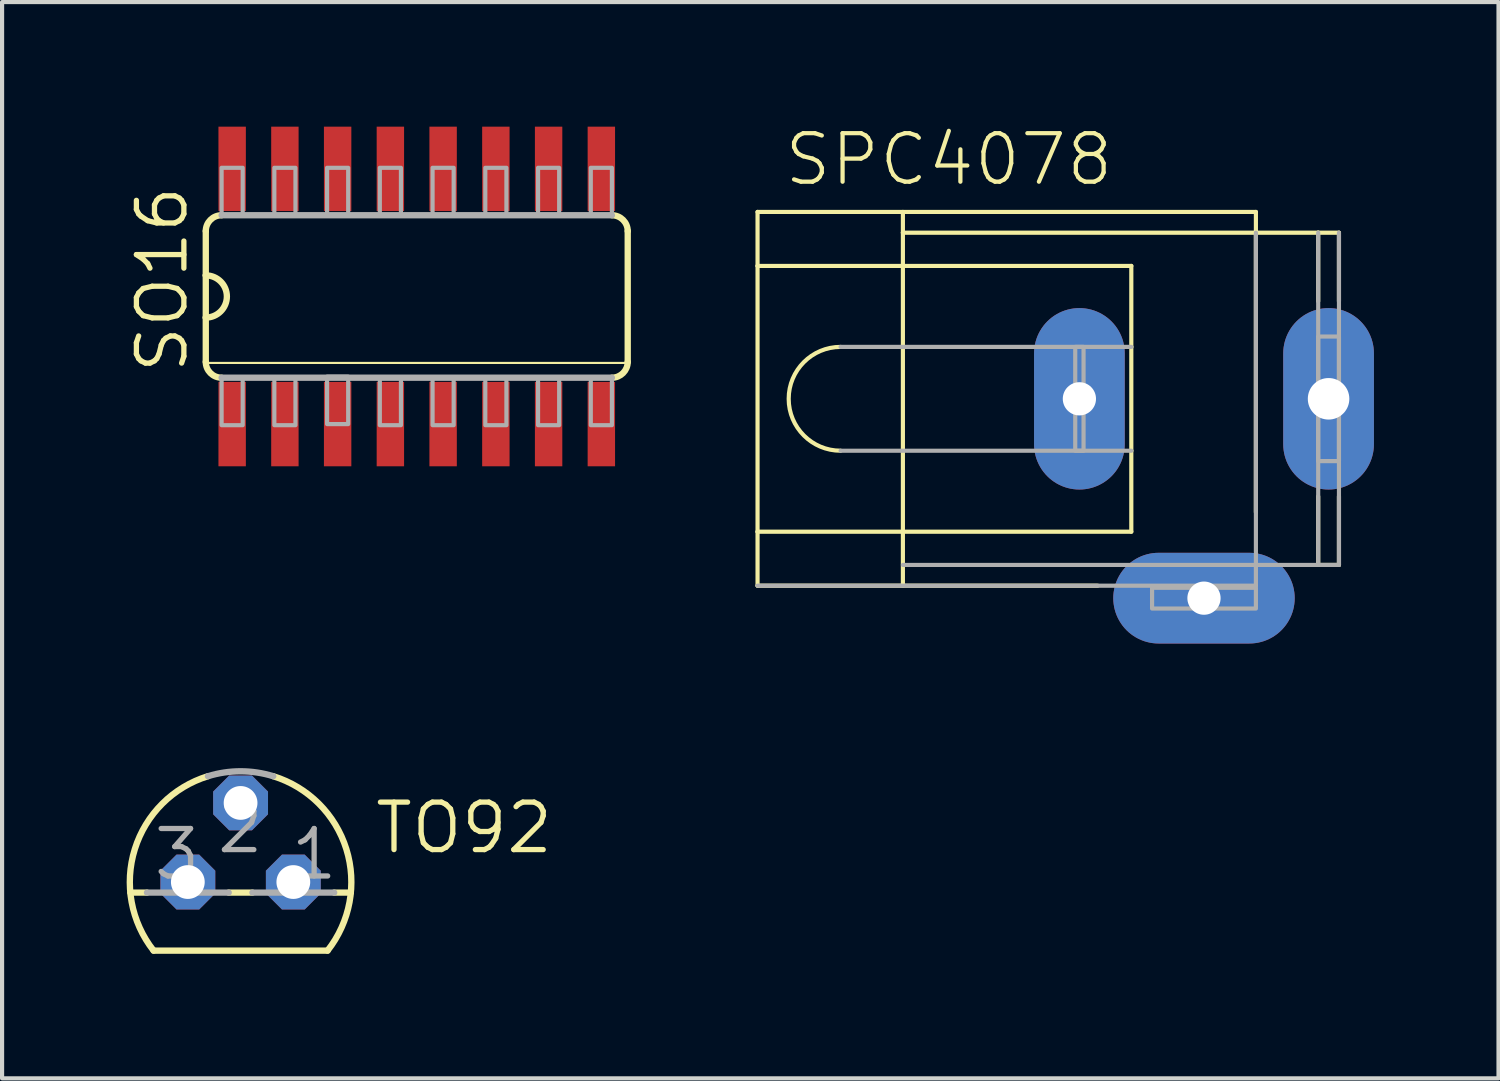
<source format=kicad_pcb>
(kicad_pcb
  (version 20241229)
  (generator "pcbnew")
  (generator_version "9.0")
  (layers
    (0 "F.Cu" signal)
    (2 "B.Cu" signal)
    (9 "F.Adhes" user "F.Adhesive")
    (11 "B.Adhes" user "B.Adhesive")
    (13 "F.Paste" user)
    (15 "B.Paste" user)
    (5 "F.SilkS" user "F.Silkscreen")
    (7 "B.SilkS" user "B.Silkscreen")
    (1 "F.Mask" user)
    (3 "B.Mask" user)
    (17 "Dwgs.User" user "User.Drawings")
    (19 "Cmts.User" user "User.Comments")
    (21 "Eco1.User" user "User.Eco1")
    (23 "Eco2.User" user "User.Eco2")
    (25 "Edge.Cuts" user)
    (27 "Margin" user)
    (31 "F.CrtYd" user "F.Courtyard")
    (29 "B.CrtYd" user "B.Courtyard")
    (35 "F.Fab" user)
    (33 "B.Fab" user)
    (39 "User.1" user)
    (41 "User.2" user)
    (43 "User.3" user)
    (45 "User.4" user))
  (footprint "TO92"
    (layer "F.Cu")
    (at 2.743 18.189)
    (property "Reference" "TO92" (at 3.175 -0.635 0) (unlocked yes) (layer "F.SilkS") (effects (font (size 1.143 1.143) (thickness 0.127)) (justify left bottom)))
    (fp_line (start -2.655 0.254) (end -2.254 0.254) (stroke (width 0.152) (type solid)) (layer "F.SilkS"))
    (fp_line (start -2.095 1.651) (end 2.095 1.651) (stroke (width 0.152) (type solid)) (layer "F.SilkS"))
    (fp_line (start -0.286 0.254) (end 0.286 0.254) (stroke (width 0.152) (type solid)) (layer "F.SilkS"))
    (fp_line (start 2.254 0.254) (end 2.655 0.254) (stroke (width 0.152) (type solid)) (layer "F.SilkS"))
    (fp_arc (start -2.0946 1.651) (mid -2.54634 -0.793276) (end -0.7863 -2.5485) (stroke (width 0.1524) (type solid)) (layer "F.SilkS"))
    (fp_arc (start 0.7868 -2.5484) (mid 2.546775 -0.793203) (end 2.094999 1.651) (stroke (width 0.1524) (type solid)) (layer "F.SilkS"))
    (fp_line (start -2.254 0.254) (end -0.286 0.254) (stroke (width 0.152) (type solid)) (layer "F.Fab"))
    (fp_line (start 0.286 0.254) (end 2.254 0.254) (stroke (width 0.152) (type solid)) (layer "F.Fab"))
    (fp_arc (start -0.7863 -2.5485) (mid 0 -2.667043) (end 0.7863 -2.5485) (stroke (width 0.1524) (type solid)) (layer "F.Fab"))
    (fp_text user "2" (at -0.635 -0.635 0) (layer "F.Fab") (effects (font (size 1.143 1.143) (thickness 0.127)) (justify left bottom)))
    (fp_text user "1" (at 1.143 0 0) (layer "F.Fab") (effects (font (size 1.143 1.143) (thickness 0.127)) (justify left bottom)))
    (fp_text user "3" (at -2.159 0 0) (layer "F.Fab") (effects (font (size 1.143 1.143) (thickness 0.127)) (justify left bottom)))
    (pad "1" thru_hole roundrect (at 1.27 0) (size 1.321 1.321) (drill 0.813) (layers "*.Cu" "*.Mask") (roundrect_rratio 0.25) (chamfer_ratio 0.293) (chamfer top_left top_right bottom_left bottom_right))
    (pad "2" thru_hole roundrect (at 0 -1.905) (size 1.321 1.321) (drill 0.813) (layers "*.Cu" "*.Mask") (roundrect_rratio 0.25) (chamfer_ratio 0.293) (chamfer top_left top_right bottom_left bottom_right))
    (pad "3" thru_hole roundrect (at -1.27 0) (size 1.321 1.321) (drill 0.813) (layers "*.Cu" "*.Mask") (roundrect_rratio 0.25) (chamfer_ratio 0.293) (chamfer top_left top_right bottom_left bottom_right)))
  (footprint "SPC4078"
    (layer "F.Cu")
    (at 25.941 6.553)
    (property "Reference" "SPC4078" (at -10.16 -5.08 0) (unlocked yes) (layer "F.SilkS") (effects (font (size 1.168 1.168) (thickness 0.102)) (justify left bottom)))
    (fp_line (start -10.75 -4.5) (end 1.25 -4.5) (stroke (width 0.1) (type solid)) (layer "F.SilkS"))
    (fp_line (start -10.75 -3.2) (end -10.75 -4.5) (stroke (width 0.1) (type solid)) (layer "F.SilkS"))
    (fp_line (start -10.75 -3.2) (end -1.75 -3.2) (stroke (width 0.1) (type solid)) (layer "F.SilkS"))
    (fp_line (start -10.75 3.2) (end -10.75 -3.2) (stroke (width 0.1) (type solid)) (layer "F.SilkS"))
    (fp_line (start -10.75 3.2) (end -1.75 3.2) (stroke (width 0.1) (type solid)) (layer "F.SilkS"))
    (fp_line (start -10.75 4.5) (end -10.75 3.2) (stroke (width 0.1) (type solid)) (layer "F.SilkS"))
    (fp_line (start -10.75 4.5) (end -2.56 4.5) (stroke (width 0.1) (type solid)) (layer "F.SilkS"))
    (fp_line (start -7.25 -4) (end -7.25 -4.5) (stroke (width 0.1) (type solid)) (layer "F.SilkS"))
    (fp_line (start -7.25 -4) (end 1.25 -4) (stroke (width 0.1) (type solid)) (layer "F.SilkS"))
    (fp_line (start -7.25 4.5) (end -7.25 -4) (stroke (width 0.1) (type solid)) (layer "F.SilkS"))
    (fp_line (start -1.75 -1.25) (end -1.75 -3.2) (stroke (width 0.1) (type solid)) (layer "F.SilkS"))
    (fp_line (start -1.75 1.25) (end -1.75 -1.25) (stroke (width 0.1) (type solid)) (layer "F.SilkS"))
    (fp_line (start -1.75 3.2) (end -1.75 1.25) (stroke (width 0.1) (type solid)) (layer "F.SilkS"))
    (fp_line (start 1.25 -4) (end 1.25 -4.5) (stroke (width 0.1) (type solid)) (layer "F.SilkS"))
    (fp_line (start 1.25 -4) (end 2.75 -4) (stroke (width 0.1) (type solid)) (layer "F.SilkS"))
    (fp_line (start 1.25 2.73) (end 1.25 -4) (stroke (width 0.1) (type solid)) (layer "F.SilkS"))
    (fp_line (start 2.75 -4) (end 3.25 -4) (stroke (width 0.1) (type solid)) (layer "F.SilkS"))
    (fp_line (start 2.75 -2.35) (end 2.75 -4) (stroke (width 0.1) (type solid)) (layer "F.SilkS"))
    (fp_line (start 2.75 4) (end 2.75 2.35) (stroke (width 0.1) (type solid)) (layer "F.SilkS"))
    (fp_line (start 2.75 4) (end 3.25 4) (stroke (width 0.1) (type solid)) (layer "F.SilkS"))
    (fp_line (start 3.25 -2.35) (end 3.25 -4) (stroke (width 0.1) (type solid)) (layer "F.SilkS"))
    (fp_line (start 3.25 4) (end 3.25 2.35) (stroke (width 0.1) (type solid)) (layer "F.SilkS"))
    (fp_arc (start -8.75 1.25) (mid -10 0) (end -8.75 -1.25) (stroke (width 0.1) (type solid)) (layer "F.SilkS"))
    (fp_line (start -10.75 4.5) (end 1.25 4.5) (stroke (width 0.1) (type solid)) (layer "F.Fab"))
    (fp_line (start -8.75 -1.25) (end -1.75 -1.25) (stroke (width 0.1) (type solid)) (layer "F.Fab"))
    (fp_line (start -8.75 1.25) (end -1.75 1.25) (stroke (width 0.1) (type solid)) (layer "F.Fab"))
    (fp_line (start -7.25 4) (end 1.25 4) (stroke (width 0.1) (type solid)) (layer "F.Fab"))
    (fp_line (start 1.25 4) (end 1.25 -4) (stroke (width 0.1) (type solid)) (layer "F.Fab"))
    (fp_line (start 1.25 4) (end 2.75 4) (stroke (width 0.1) (type solid)) (layer "F.Fab"))
    (fp_line (start 1.25 4.5) (end 1.25 4) (stroke (width 0.1) (type solid)) (layer "F.Fab"))
    (fp_line (start 2.75 4) (end 2.75 -4) (stroke (width 0.1) (type solid)) (layer "F.Fab"))
    (fp_line (start 2.75 4) (end 3.25 4) (stroke (width 0.1) (type solid)) (layer "F.Fab"))
    (fp_line (start 3.25 4) (end 3.25 -4) (stroke (width 0.1) (type solid)) (layer "F.Fab"))
    (fp_poly (pts (xy -3.1 1.25) (xy -2.9 1.25) (xy -2.9 -1.25) (xy -3.1 -1.25)) (stroke (width 0.1) (type default)) (fill no) (layer "F.Fab"))
    (fp_poly (pts (xy -1.25 5.05) (xy 1.25 5.05) (xy 1.25 4.55) (xy -1.25 4.55)) (stroke (width 0.1) (type default)) (fill no) (layer "F.Fab"))
    (fp_poly (pts (xy 2.75 1.5) (xy 3.25 1.5) (xy 3.25 -1.5) (xy 2.75 -1.5)) (stroke (width 0.1) (type default)) (fill no) (layer "F.Fab"))
    (pad "1" thru_hole oval (at -3 0 90) (size 4.369 2.184) (drill 0.8) (layers "*.Cu" "*.Mask"))
    (pad "2" thru_hole oval (at 0 4.8) (size 4.369 2.184) (drill 0.8) (layers "*.Cu" "*.Mask"))
    (pad "3" thru_hole oval (at 3 0 90) (size 4.369 2.184) (drill 1) (layers "*.Cu" "*.Mask")))
  (footprint "SO16"
    (layer "F.Cu")
    (at 6.985 4.089)
    (property "Reference" "SO16" (at -5.461 1.905 90) (unlocked yes) (layer "F.SilkS") (effects (font (size 1.143 1.143) (thickness 0.127)) (justify left bottom)))
    (fp_line (start -5.08 -1.575) (end -5.08 -0.508) (stroke (width 0.152) (type solid)) (layer "F.SilkS"))
    (fp_line (start -5.08 -0.508) (end -5.08 0.508) (stroke (width 0.152) (type solid)) (layer "F.SilkS"))
    (fp_line (start -5.08 0.508) (end -5.08 1.575) (stroke (width 0.152) (type solid)) (layer "F.SilkS"))
    (fp_line (start -5.08 1.6) (end 5.08 1.6) (stroke (width 0.051) (type solid)) (layer "F.SilkS"))
    (fp_line (start 5.08 1.575) (end 5.08 -1.575) (stroke (width 0.152) (type solid)) (layer "F.SilkS"))
    (fp_arc (start -5.08 -1.5748) (mid -4.968408 -1.844208) (end -4.699 -1.9558) (stroke (width 0.1524) (type solid)) (layer "F.SilkS"))
    (fp_arc (start -5.08 -0.508) (mid -4.572 0) (end -5.08 0.508) (stroke (width 0.1524) (type solid)) (layer "F.SilkS"))
    (fp_arc (start -4.699 1.9558) (mid -4.968408 1.844208) (end -5.08 1.5748) (stroke (width 0.1524) (type solid)) (layer "F.SilkS"))
    (fp_arc (start 4.699 -1.9558) (mid 4.968408 -1.844208) (end 5.08 -1.5748) (stroke (width 0.1524) (type solid)) (layer "F.SilkS"))
    (fp_arc (start 5.08 1.5748) (mid 4.968408 1.844208) (end 4.699 1.9558) (stroke (width 0.1524) (type solid)) (layer "F.SilkS"))
    (fp_line (start -4.699 1.956) (end 4.699 1.956) (stroke (width 0.152) (type solid)) (layer "F.Fab"))
    (fp_line (start 4.699 -1.956) (end -4.699 -1.956) (stroke (width 0.152) (type solid)) (layer "F.Fab"))
    (fp_poly (pts (xy -4.699 -1.956) (xy -4.191 -1.956) (xy -4.191 -3.099) (xy -4.699 -3.099)) (stroke (width 0.1) (type default)) (fill no) (layer "F.Fab"))
    (fp_poly (pts (xy -4.699 3.099) (xy -4.191 3.099) (xy -4.191 1.956) (xy -4.699 1.956)) (stroke (width 0.1) (type default)) (fill no) (layer "F.Fab"))
    (fp_poly (pts (xy -3.429 -1.956) (xy -2.921 -1.956) (xy -2.921 -3.099) (xy -3.429 -3.099)) (stroke (width 0.1) (type default)) (fill no) (layer "F.Fab"))
    (fp_poly (pts (xy -3.429 3.099) (xy -2.921 3.099) (xy -2.921 1.956) (xy -3.429 1.956)) (stroke (width 0.1) (type default)) (fill no) (layer "F.Fab"))
    (fp_poly (pts (xy -2.159 -1.956) (xy -1.651 -1.956) (xy -1.651 -3.099) (xy -2.159 -3.099)) (stroke (width 0.1) (type default)) (fill no) (layer "F.Fab"))
    (fp_poly (pts (xy -2.159 3.073) (xy -1.651 3.073) (xy -1.651 1.93) (xy -2.159 1.93)) (stroke (width 0.1) (type default)) (fill no) (layer "F.Fab"))
    (fp_poly (pts (xy -0.889 -1.956) (xy -0.381 -1.956) (xy -0.381 -3.099) (xy -0.889 -3.099)) (stroke (width 0.1) (type default)) (fill no) (layer "F.Fab"))
    (fp_poly (pts (xy -0.889 3.099) (xy -0.381 3.099) (xy -0.381 1.956) (xy -0.889 1.956)) (stroke (width 0.1) (type default)) (fill no) (layer "F.Fab"))
    (fp_poly (pts (xy 0.381 -1.956) (xy 0.889 -1.956) (xy 0.889 -3.099) (xy 0.381 -3.099)) (stroke (width 0.1) (type default)) (fill no) (layer "F.Fab"))
    (fp_poly (pts (xy 0.381 3.099) (xy 0.889 3.099) (xy 0.889 1.956) (xy 0.381 1.956)) (stroke (width 0.1) (type default)) (fill no) (layer "F.Fab"))
    (fp_poly (pts (xy 1.651 -1.956) (xy 2.159 -1.956) (xy 2.159 -3.099) (xy 1.651 -3.099)) (stroke (width 0.1) (type default)) (fill no) (layer "F.Fab"))
    (fp_poly (pts (xy 1.651 3.099) (xy 2.159 3.099) (xy 2.159 1.956) (xy 1.651 1.956)) (stroke (width 0.1) (type default)) (fill no) (layer "F.Fab"))
    (fp_poly (pts (xy 2.921 -1.956) (xy 3.429 -1.956) (xy 3.429 -3.099) (xy 2.921 -3.099)) (stroke (width 0.1) (type default)) (fill no) (layer "F.Fab"))
    (fp_poly (pts (xy 2.921 3.099) (xy 3.429 3.099) (xy 3.429 1.956) (xy 2.921 1.956)) (stroke (width 0.1) (type default)) (fill no) (layer "F.Fab"))
    (fp_poly (pts (xy 4.191 -1.956) (xy 4.699 -1.956) (xy 4.699 -3.099) (xy 4.191 -3.099)) (stroke (width 0.1) (type default)) (fill no) (layer "F.Fab"))
    (fp_poly (pts (xy 4.191 3.099) (xy 4.699 3.099) (xy 4.699 1.956) (xy 4.191 1.956)) (stroke (width 0.1) (type default)) (fill no) (layer "F.Fab"))
    (pad "1" smd rect (at -4.445 3.073) (size 0.66 2.032) (layers "F.Cu" "F.Mask" "F.Paste"))
    (pad "2" smd rect (at -3.175 3.073) (size 0.66 2.032) (layers "F.Cu" "F.Mask" "F.Paste"))
    (pad "3" smd rect (at -1.905 3.073) (size 0.66 2.032) (layers "F.Cu" "F.Mask" "F.Paste"))
    (pad "4" smd rect (at -0.635 3.073) (size 0.66 2.032) (layers "F.Cu" "F.Mask" "F.Paste"))
    (pad "5" smd rect (at 0.635 3.073) (size 0.66 2.032) (layers "F.Cu" "F.Mask" "F.Paste"))
    (pad "6" smd rect (at 1.905 3.073) (size 0.66 2.032) (layers "F.Cu" "F.Mask" "F.Paste"))
    (pad "7" smd rect (at 3.175 3.073) (size 0.66 2.032) (layers "F.Cu" "F.Mask" "F.Paste"))
    (pad "8" smd rect (at 4.445 3.073) (size 0.66 2.032) (layers "F.Cu" "F.Mask" "F.Paste"))
    (pad "9" smd rect (at 4.445 -3.073) (size 0.66 2.032) (layers "F.Cu" "F.Mask" "F.Paste"))
    (pad "10" smd rect (at 3.175 -3.073) (size 0.66 2.032) (layers "F.Cu" "F.Mask" "F.Paste"))
    (pad "11" smd rect (at 1.905 -3.073) (size 0.66 2.032) (layers "F.Cu" "F.Mask" "F.Paste"))
    (pad "12" smd rect (at 0.635 -3.073) (size 0.66 2.032) (layers "F.Cu" "F.Mask" "F.Paste"))
    (pad "13" smd rect (at -0.635 -3.073) (size 0.66 2.032) (layers "F.Cu" "F.Mask" "F.Paste"))
    (pad "14" smd rect (at -1.905 -3.073) (size 0.66 2.032) (layers "F.Cu" "F.Mask" "F.Paste"))
    (pad "15" smd rect (at -3.175 -3.073) (size 0.66 2.032) (layers "F.Cu" "F.Mask" "F.Paste"))
    (pad "16" smd rect (at -4.445 -3.073) (size 0.66 2.032) (layers "F.Cu" "F.Mask" "F.Paste")))
  (gr_rect
    (start -3 -3)
    (end 33.033 22.916)
    (stroke (width 0.1) (type default))
    (fill no)
    (layer "Edge.Cuts")))
</source>
